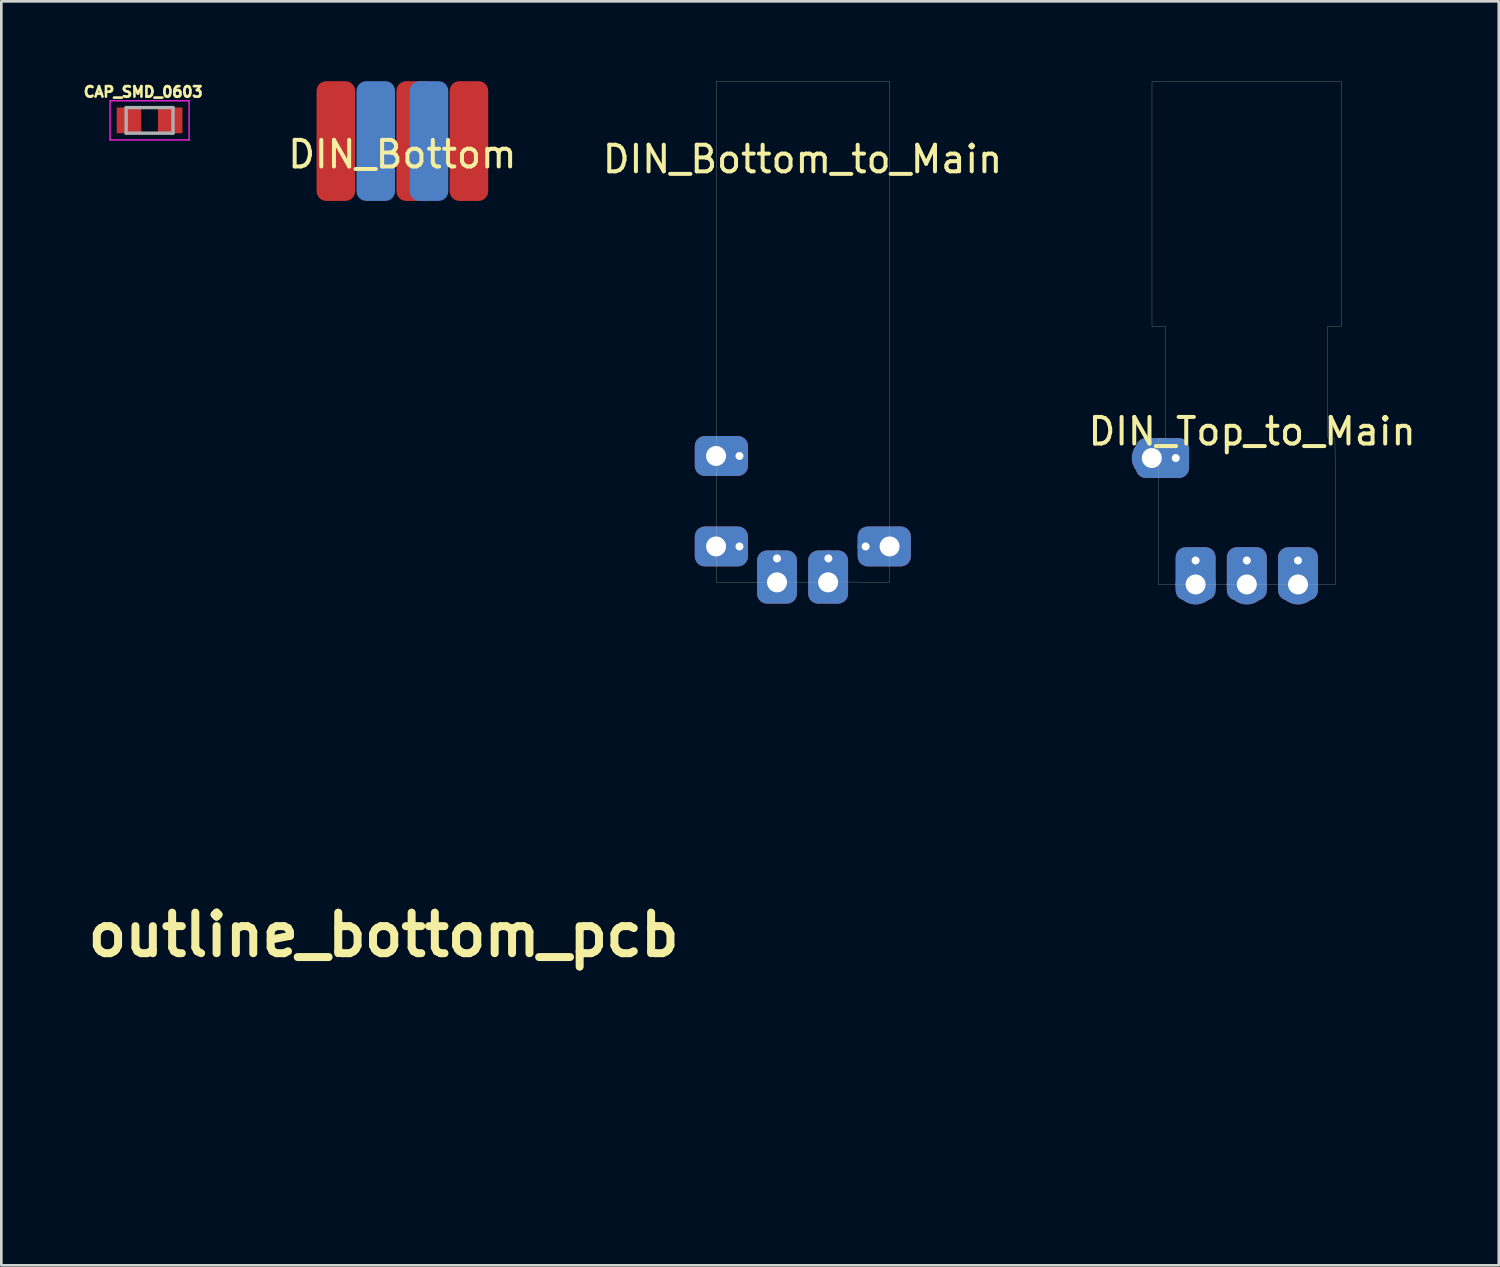
<source format=kicad_pcb>
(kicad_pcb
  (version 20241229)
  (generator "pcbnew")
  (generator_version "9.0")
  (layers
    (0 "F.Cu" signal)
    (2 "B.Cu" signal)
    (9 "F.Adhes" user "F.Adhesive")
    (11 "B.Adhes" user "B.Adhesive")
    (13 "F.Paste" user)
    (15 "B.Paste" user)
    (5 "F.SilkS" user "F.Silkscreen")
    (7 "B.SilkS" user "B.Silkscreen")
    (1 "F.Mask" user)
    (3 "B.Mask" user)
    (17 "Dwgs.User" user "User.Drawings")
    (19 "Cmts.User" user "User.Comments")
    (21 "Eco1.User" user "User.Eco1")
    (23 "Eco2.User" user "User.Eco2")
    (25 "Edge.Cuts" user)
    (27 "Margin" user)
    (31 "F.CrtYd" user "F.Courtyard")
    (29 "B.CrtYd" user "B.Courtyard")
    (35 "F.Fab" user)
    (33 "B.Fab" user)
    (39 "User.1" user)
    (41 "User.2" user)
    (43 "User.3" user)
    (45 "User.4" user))
  (footprint "CAP_SMD_0603"
    (layer "F.Cu")
    (at 2.57 1.473)
    (property "Reference" "CAP_SMD_0603" (at -0.24 -1.07 0) (layer "F.SilkS") (effects (font (size 0.394 0.394) (thickness 0.15))))
    (attr through_hole)
    (fp_line (start -1.485 -0.735) (end 1.485 -0.735) (stroke (width 0.05) (type solid)) (layer "F.CrtYd"))
    (fp_line (start -1.485 0.735) (end -1.485 -0.735) (stroke (width 0.05) (type solid)) (layer "F.CrtYd"))
    (fp_line (start -1.485 0.735) (end 1.485 0.735) (stroke (width 0.05) (type solid)) (layer "F.CrtYd"))
    (fp_line (start 1.485 0.735) (end 1.485 -0.735) (stroke (width 0.05) (type solid)) (layer "F.CrtYd"))
    (fp_line (start -0.88 0.48) (end -0.88 -0.48) (stroke (width 0.127) (type solid)) (layer "F.Fab"))
    (fp_line (start 0.88 -0.48) (end -0.88 -0.48) (stroke (width 0.127) (type solid)) (layer "F.Fab"))
    (fp_line (start 0.88 0.48) (end -0.88 0.48) (stroke (width 0.127) (type solid)) (layer "F.Fab"))
    (fp_line (start 0.88 0.48) (end 0.88 -0.48) (stroke (width 0.127) (type solid)) (layer "F.Fab"))
    (pad "1" smd rect (at -0.775 0) (size 0.92 0.97) (layers "F.Cu" "F.Mask" "F.Paste"))
    (pad "2" smd rect (at 0.775 0) (size 0.92 0.97) (layers "F.Cu" "F.Mask" "F.Paste")))
  (footprint "outline_bottom_pcb"
    (layer "F.Cu")
    (at 11.365 32.077)
    (property "Reference" "outline_bottom_pcb" (at 0 0 0) (layer "F.SilkS") (effects (font (size 1.524 1.524) (thickness 0.3))))
    (attr through_hole)
    (fp_poly (pts (xy 3.255 9.412) (xy 1.319 9.4) (xy 1.304 9.327) (xy 1.263 9.223) (xy 1.192 9.138) (xy 1.099 9.077) (xy 0.995 9.045) (xy 0.889 9.05) (xy 0.867 9.056) (xy 0.757 9.113) (xy 0.67 9.2) (xy 0.617 9.306) (xy 0.615 9.314) (xy 0.589 9.412) (xy -0.009 9.406) (xy -0.607 9.4) (xy -0.622 9.327) (xy -0.664 9.226) (xy -0.738 9.137) (xy -0.834 9.074) (xy -0.871 9.059) (xy -0.943 9.041) (xy -1 9.041) (xy -1.066 9.058) (xy -1.067 9.059) (xy -1.178 9.117) (xy -1.263 9.207) (xy -1.312 9.317) (xy -1.338 9.412) (xy -3.255 9.412) (xy -3.255 8.924) (xy -3.255 8.764) (xy -3.254 8.643) (xy -3.252 8.555) (xy -3.248 8.495) (xy -3.242 8.457) (xy -3.233 8.436) (xy -3.222 8.426) (xy -3.217 8.423) (xy -3.086 8.37) (xy -2.994 8.302) (xy -2.938 8.216) (xy -2.914 8.106) (xy -2.912 8.058) (xy -2.918 7.965) (xy -2.94 7.898) (xy -2.958 7.869) (xy -3.021 7.802) (xy -3.095 7.746) (xy -3.167 7.713) (xy -3.203 7.706) (xy -3.255 7.706) (xy -3.255 -9.412) (xy 3.255 -9.412) (xy 3.255 9.412)) (stroke (width 0.01) (type solid)) (fill no) (layer "Eco1.User")))
  (footprint "DIN_Bottom"
    (layer "F.Cu")
    (at 12.07 2.25)
    (property "Reference" "DIN_Bottom" (at 0 0.5 0) (layer "F.SilkS") (effects (font (size 1 1) (thickness 0.15))))
    (attr through_hole)
    (pad "1" smd roundrect (at 1 0) (size 1.45 4.5) (layers "B.Cu" "B.Mask") (roundrect_rratio 0.25))
    (pad "2" smd roundrect (at -1 0) (size 1.45 4.5) (layers "B.Cu" "B.Mask") (roundrect_rratio 0.25))
    (pad "3" smd roundrect (at 2.5 0) (size 1.45 4.5) (layers "F.Cu" "F.Mask") (roundrect_rratio 0.25))
    (pad "4" smd roundrect (at 0.5 0) (size 1.45 4.5) (layers "F.Cu" "F.Mask") (roundrect_rratio 0.25))
    (pad "5" smd roundrect (at -2.5 0) (size 1.45 4.5) (layers "F.Cu" "F.Mask") (roundrect_rratio 0.25)))
  (footprint "DIN_Bottom_to_Main"
    (layer "F.Cu")
    (at 27.106 18.833)
    (property "Reference" "DIN_Bottom_to_Main" (at 0 -15.9 0) (layer "F.SilkS") (effects (font (size 1 1) (thickness 0.15))))
    (attr through_hole)
    (fp_poly (pts (xy 3.265 -0.004) (xy 1.329 -0.016) (xy 1.314 -0.09) (xy 1.273 -0.193) (xy 1.201 -0.278) (xy 1.108 -0.34) (xy 1.004 -0.371) (xy 0.898 -0.366) (xy 0.877 -0.36) (xy 0.766 -0.303) (xy 0.68 -0.217) (xy 0.626 -0.111) (xy 0.624 -0.103) (xy 0.598 -0.004) (xy 0 -0.01) (xy -0.598 -0.016) (xy -0.613 -0.09) (xy -0.654 -0.191) (xy -0.729 -0.279) (xy -0.824 -0.343) (xy -0.861 -0.357) (xy -0.933 -0.375) (xy -0.99 -0.376) (xy -1.057 -0.358) (xy -1.058 -0.358) (xy -1.169 -0.299) (xy -1.253 -0.209) (xy -1.303 -0.1) (xy -1.329 -0.005) (xy -3.246 -0.005) (xy -3.246 -0.493) (xy -3.246 -0.653) (xy -3.245 -0.774) (xy -3.242 -0.862) (xy -3.238 -0.922) (xy -3.232 -0.96) (xy -3.224 -0.981) (xy -3.212 -0.991) (xy -3.207 -0.993) (xy -3.076 -1.046) (xy -2.985 -1.114) (xy -2.929 -1.201) (xy -2.905 -1.311) (xy -2.903 -1.358) (xy -2.909 -1.451) (xy -2.93 -1.518) (xy -2.949 -1.548) (xy -3.011 -1.615) (xy -3.086 -1.67) (xy -3.158 -1.704) (xy -3.194 -1.71) (xy -3.246 -1.71) (xy -3.246 -18.828) (xy 3.265 -18.828) (xy 3.265 -0.004)) (stroke (width 0.01) (type solid)) (fill no) (layer "F.Fab"))
    (pad "1" thru_hole roundrect (at 0.96 0) (size 1.5 2) (drill 0.75 (offset 0 -0.2)) (layers "*.Cu" "*.Mask") (roundrect_rratio 0.25))
    (pad "1" thru_hole circle (at 0.97 -0.9 270) (size 0.6 0.6) (drill 0.3) (layers "*.Cu" "*.Mask"))
    (pad "2" thru_hole circle (at -0.96 -0.9 270) (size 0.6 0.6) (drill 0.3) (layers "*.Cu" "*.Mask"))
    (pad "2" thru_hole roundrect (at -0.96 0) (size 1.5 2) (drill 0.75 (offset 0 -0.2)) (layers "*.Cu" "*.Mask") (roundrect_rratio 0.25))
    (pad "3" thru_hole circle (at 2.37 -1.35 270) (size 0.6 0.6) (drill 0.3) (layers "*.Cu" "*.Mask"))
    (pad "3" thru_hole roundrect (at 3.27 -1.35 90) (size 1.5 2) (drill 0.75 (offset 0 -0.2)) (layers "*.Cu" "*.Mask") (roundrect_rratio 0.25))
    (pad "4" thru_hole roundrect (at -3.25 -4.75 270) (size 1.5 2) (drill 0.75 (offset 0 -0.2)) (layers "*.Cu" "*.Mask") (roundrect_rratio 0.25))
    (pad "4" thru_hole circle (at -2.37 -4.75 270) (size 0.6 0.6) (drill 0.3) (layers "*.Cu" "*.Mask"))
    (pad "5" thru_hole roundrect (at -3.25 -1.35 270) (size 1.5 2) (drill 0.75 (offset 0 -0.2)) (layers "*.Cu" "*.Mask") (roundrect_rratio 0.25))
    (pad "5" thru_hole circle (at -2.37 -1.35 270) (size 0.6 0.6) (drill 0.3) (layers "*.Cu" "*.Mask")))
  (footprint "DIN_Top_to_Main"
    (layer "F.Cu")
    (at 43.799 18.911)
    (property "Reference" "DIN_Top_to_Main" (at 0.2 -5.75 0) (layer "F.SilkS") (effects (font (size 1 1) (thickness 0.15))))
    (attr through_hole)
    (fp_poly (pts (xy 3.545 -9.694) (xy 3.036 -9.694) (xy 3.041 -7.596) (xy 3.047 -5.498) (xy 3.169 -5.495) (xy 3.239 -5.492) (xy 3.291 -5.49) (xy 3.307 -5.489) (xy 3.309 -5.467) (xy 3.311 -5.403) (xy 3.313 -5.3) (xy 3.315 -5.162) (xy 3.317 -4.989) (xy 3.318 -4.785) (xy 3.32 -4.554) (xy 3.321 -4.296) (xy 3.322 -4.016) (xy 3.323 -3.715) (xy 3.323 -3.397) (xy 3.324 -3.064) (xy 3.324 -2.74) (xy 3.324 0.006) (xy 2.29 0.006) (xy 2.264 -0.08) (xy 2.223 -0.162) (xy 2.154 -0.241) (xy 2.073 -0.304) (xy 1.995 -0.337) (xy 1.884 -0.341) (xy 1.776 -0.306) (xy 1.681 -0.239) (xy 1.61 -0.145) (xy 1.586 -0.091) (xy 1.556 -0.005) (xy 0.958 0.001) (xy 0.36 0.007) (xy 0.345 -0.063) (xy 0.31 -0.142) (xy 0.247 -0.221) (xy 0.169 -0.289) (xy 0.089 -0.329) (xy 0.012 -0.344) (xy -0.067 -0.334) (xy -0.093 -0.328) (xy -0.188 -0.291) (xy -0.258 -0.236) (xy -0.312 -0.155) (xy -0.359 -0.039) (xy -0.36 -0.033) (xy -0.367 -0.021) (xy -0.382 -0.012) (xy -0.41 -0.006) (xy -0.457 -0.001) (xy -0.526 0.003) (xy -0.624 0.005) (xy -0.755 0.005) (xy -0.924 0.006) (xy -0.971 0.006) (xy -1.568 0.006) (xy -1.592 -0.08) (xy -1.632 -0.163) (xy -1.7 -0.242) (xy -1.782 -0.305) (xy -1.858 -0.337) (xy -1.97 -0.341) (xy -2.078 -0.306) (xy -2.172 -0.239) (xy -2.244 -0.145) (xy -2.267 -0.091) (xy -2.297 -0.005) (xy -2.808 0.001) (xy -3.32 0.007) (xy -3.314 -2.745) (xy -3.308 -5.497) (xy -3.065 -5.497) (xy -3.059 -7.595) (xy -3.054 -9.694) (xy -3.563 -9.694) (xy -3.563 -18.906) (xy 3.545 -18.906) (xy 3.545 -9.694)) (stroke (width 0.01) (type solid)) (fill no) (layer "F.Fab"))
    (pad "4" thru_hole circle (at -3.57 -4.75 270) (size 1.5 1.5) (drill 0.75) (layers "*.Cu" "*.Mask"))
    (pad "4" thru_hole roundrect (at -2.67 -4.75 270) (size 1.5 2) (drill 0.3 (offset 0 0.5)) (layers "*.Cu" "*.Mask") (roundrect_rratio 0.25))
    (pad "6" thru_hole roundrect (at 1.924 -0.9) (size 1.5 2) (drill 0.3 (offset 0 0.5)) (layers "*.Cu" "*.Mask") (roundrect_rratio 0.25))
    (pad "6" thru_hole circle (at 1.924 0) (size 1.5 1.5) (drill 0.75) (layers "*.Cu" "*.Mask"))
    (pad "7" thru_hole roundrect (at 0 -0.9) (size 1.5 2) (drill 0.3 (offset 0 0.5)) (layers "*.Cu" "*.Mask") (roundrect_rratio 0.25))
    (pad "7" thru_hole circle (at 0 0) (size 1.5 1.5) (drill 0.75) (layers "*.Cu" "*.Mask"))
    (pad "8" thru_hole roundrect (at -1.924 -0.9) (size 1.5 2) (drill 0.3 (offset 0 0.5)) (layers "*.Cu" "*.Mask") (roundrect_rratio 0.25))
    (pad "8" thru_hole circle (at -1.924 0) (size 1.5 1.5) (drill 0.75) (layers "*.Cu" "*.Mask")))
  (gr_rect
    (start -3 -3)
    (end 53.267 44.495)
    (stroke (width 0.1) (type default))
    (fill no)
    (layer "Edge.Cuts")))
</source>
